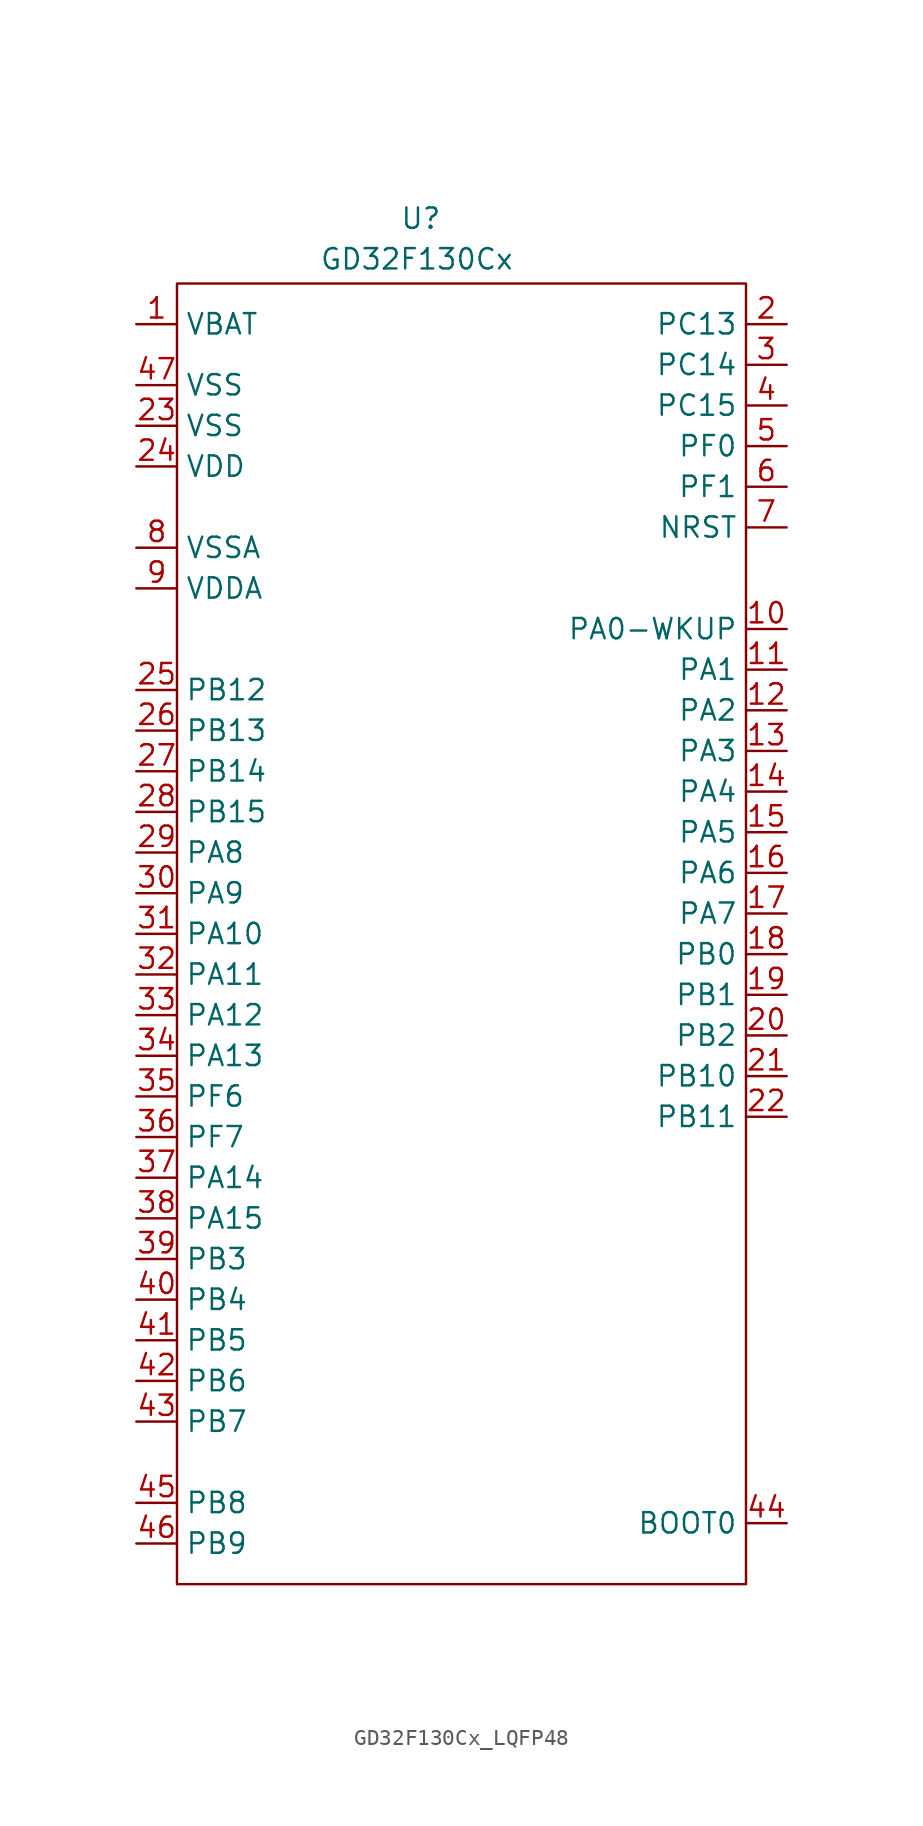
<source format=kicad_sym>
(kicad_symbol_lib
  (version 20231120)
  (generator "kicad_symbol_editor")
  (generator_version "8.0")
  (symbol "GD32F130Cx_LQFP48"
    (property "Reference" "U"
      (at 0 4.064 0)
      (effects (font (size 1.27 1.27))))
    (property "Value" "GD32F130Cx"
      (at -0.254 1.524 0)
      (effects (font (size 1.27 1.27))))
    (symbol "GD32F130Cx_LQFP48_0_0"
      (pin power_in line (at -17.78 -2.54 0) (length 2.54) (name "VBAT" (effects (font (size 1.27 1.27)))) (number "1" (effects (font (size 1.27 1.27)))))
      (pin bidirectional line (at 22.86 -21.59 180) (length 2.54) (name "PA0-WKUP" (effects (font (size 1.27 1.27)))) (number "10" (effects (font (size 1.27 1.27)))) (alternate "ADC_IN0" unspecified line) (alternate "I2C1_SCL(5)" bidirectional line) (alternate "RTC_TAMP1" unspecified line) (alternate "TIMER1_CH0" bidirectional line) (alternate "TIMER1_ETI" bidirectional line) (alternate "USART0_CTS(3)" bidirectional line) (alternate "USART1_CTS(4)" bidirectional line) (alternate "WKUP0" unspecified line))
      (pin bidirectional line (at 22.86 -24.13 180) (length 2.54) (name "PA1" (effects (font (size 1.27 1.27)))) (number "11" (effects (font (size 1.27 1.27)))) (alternate "ADC_IN1" unspecified line) (alternate "EVENTOUT" bidirectional line) (alternate "I2C1_SDA(5)" bidirectional line) (alternate "TIMER1_CH1" bidirectional line) (alternate "USART0_RTS(3)/USART0_DE(3)" bidirectional line) (alternate "USART1_RTS(4)/USART1_DE(4)" bidirectional line))
      (pin bidirectional line (at 22.86 -26.67 180) (length 2.54) (name "PA2" (effects (font (size 1.27 1.27)))) (number "12" (effects (font (size 1.27 1.27)))) (alternate "ADC_IN2" unspecified line) (alternate "TIMER14_CH0" bidirectional line) (alternate "TIMER1_CH2" bidirectional line) (alternate "USART0_TX(3)" bidirectional line) (alternate "USART1_TX(4)" bidirectional line))
      (pin bidirectional line (at 22.86 -29.21 180) (length 2.54) (name "PA3" (effects (font (size 1.27 1.27)))) (number "13" (effects (font (size 1.27 1.27)))) (alternate "ADC_IN3" unspecified line) (alternate "TIMER14_CH1" bidirectional line) (alternate "TIMER1_CH3" bidirectional line) (alternate "USART0_RX(3)" bidirectional line) (alternate "USART1_RX(4)" bidirectional line))
      (pin bidirectional line (at 22.86 -31.75 180) (length 2.54) (name "PA4" (effects (font (size 1.27 1.27)))) (number "14" (effects (font (size 1.27 1.27)))) (alternate "ADC_IN4" unspecified line) (alternate "SPI0_NSS" bidirectional line) (alternate "SPI1_NSS(5)" bidirectional line) (alternate "TIMER13_CH0" bidirectional line) (alternate "USART0_CK(3)" bidirectional line) (alternate "USART1_CK(4)" bidirectional line))
      (pin bidirectional line (at 22.86 -34.29 180) (length 2.54) (name "PA5" (effects (font (size 1.27 1.27)))) (number "15" (effects (font (size 1.27 1.27)))) (alternate "ADC_IN5" unspecified line) (alternate "SPI0_SCK" bidirectional line) (alternate "TIMER1_CH0" bidirectional line) (alternate "TIMER1_ETI" bidirectional line))
      (pin bidirectional line (at 22.86 -36.83 180) (length 2.54) (name "PA6" (effects (font (size 1.27 1.27)))) (number "16" (effects (font (size 1.27 1.27)))) (alternate "ADC_IN6" unspecified line) (alternate "EVENTOUT" bidirectional line) (alternate "SPI0_MISO" bidirectional line) (alternate "TIMER0_BRKIN" bidirectional line) (alternate "TIMER15_CH0" bidirectional line) (alternate "TIMER2_CH0" bidirectional line))
      (pin bidirectional line (at 22.86 -39.37 180) (length 2.54) (name "PA7" (effects (font (size 1.27 1.27)))) (number "17" (effects (font (size 1.27 1.27)))) (alternate "ADC_IN7" unspecified line) (alternate "EVENTOUT" bidirectional line) (alternate "SPI0_MOSI" bidirectional line) (alternate "TIMER0_CH0_ON" bidirectional line) (alternate "TIMER13_CH0" bidirectional line) (alternate "TIMER16_CH0" bidirectional line) (alternate "TIMER2_CH1" bidirectional line))
      (pin bidirectional line (at 22.86 -41.91 180) (length 2.54) (name "PB0" (effects (font (size 1.27 1.27)))) (number "18" (effects (font (size 1.27 1.27)))) (alternate "ADC_IN8" unspecified line) (alternate "EVENTOUT" bidirectional line) (alternate "TIMER0_CH1_ON" bidirectional line) (alternate "TIMER2_CH2" bidirectional line) (alternate "USART1_RX(4)" bidirectional line))
      (pin bidirectional line (at 22.86 -44.45 180) (length 2.54) (name "PB1" (effects (font (size 1.27 1.27)))) (number "19" (effects (font (size 1.27 1.27)))) (alternate "ADC_IN9" unspecified line) (alternate "SPI1_SCK(5)" bidirectional line) (alternate "TIMER0_CH2_ON" bidirectional line) (alternate "TIMER13_CH0" bidirectional line) (alternate "TIMER2_CH3" bidirectional line))
      (pin bidirectional line (at 22.86 -46.99 180) (length 2.54) (name "PB2" (effects (font (size 1.27 1.27)))) (number "20" (effects (font (size 1.27 1.27)))))
      (pin bidirectional line (at 22.86 -49.53 180) (length 2.54) (name "PB10" (effects (font (size 1.27 1.27)))) (number "21" (effects (font (size 1.27 1.27)))) (alternate "I2C1_SCL(5)" bidirectional line) (alternate "TIMER1_CH2" bidirectional line))
      (pin bidirectional line (at 22.86 -52.07 180) (length 2.54) (name "PB11" (effects (font (size 1.27 1.27)))) (number "22" (effects (font (size 1.27 1.27)))) (alternate "EVENTOUT" bidirectional line) (alternate "I2C1_SDA(5)" bidirectional line) (alternate "TIMER1_CH3" bidirectional line))
      (pin power_in line (at -17.78 -8.89 0) (length 2.54) (name "VSS" (effects (font (size 1.27 1.27)))) (number "23" (effects (font (size 1.27 1.27)))))
      (pin power_in line (at -17.78 -11.43 0) (length 2.54) (name "VDD" (effects (font (size 1.27 1.27)))) (number "24" (effects (font (size 1.27 1.27)))))
      (pin bidirectional line (at -17.78 -25.4 0) (length 2.54) (name "PB12" (effects (font (size 1.27 1.27)))) (number "25" (effects (font (size 1.27 1.27)))) (alternate "EVENTOUT" bidirectional line) (alternate "I2C1_SMBA(5)" bidirectional line) (alternate "SPI0_NSS(3)" bidirectional line) (alternate "SPI1_NSS(5)" bidirectional line) (alternate "TIMER0_BRKIN" bidirectional line))
      (pin bidirectional line (at -17.78 -27.94 0) (length 2.54) (name "PB13" (effects (font (size 1.27 1.27)))) (number "26" (effects (font (size 1.27 1.27)))) (alternate "SPI0_SCK(3)" bidirectional line) (alternate "SPI1_SCK(5)" bidirectional line) (alternate "TIMER0_CH0_ON" bidirectional line))
      (pin bidirectional line (at -17.78 -30.48 0) (length 2.54) (name "PB14" (effects (font (size 1.27 1.27)))) (number "27" (effects (font (size 1.27 1.27)))) (alternate "SPI0_MISO(3)" bidirectional line) (alternate "SPI1_MISO(5)" bidirectional line) (alternate "TIMER0_CH1_ON" bidirectional line) (alternate "TIMER14_CH0" bidirectional line))
      (pin bidirectional line (at -17.78 -33.02 0) (length 2.54) (name "PB15" (effects (font (size 1.27 1.27)))) (number "28" (effects (font (size 1.27 1.27)))) (alternate "RTC_REFIN" unspecified line) (alternate "SPI0_MOSI(3)" bidirectional line) (alternate "SPI1_MOSI(5)" bidirectional line) (alternate "TIMER0_CH2_ON" bidirectional line) (alternate "TIMER14_CH0_ON" bidirectional line) (alternate "TIMER14_CH1" bidirectional line))
      (pin bidirectional line (at -17.78 -35.56 0) (length 2.54) (name "PA8" (effects (font (size 1.27 1.27)))) (number "29" (effects (font (size 1.27 1.27)))) (alternate "CK_OUT" bidirectional line) (alternate "EVENTOUT" bidirectional line) (alternate "TIMER0_CH0" bidirectional line) (alternate "USART0_CK" bidirectional line) (alternate "USART1_TX(4)" bidirectional line))
      (pin bidirectional line (at -17.78 -38.1 0) (length 2.54) (name "PA9" (effects (font (size 1.27 1.27)))) (number "30" (effects (font (size 1.27 1.27)))) (alternate "I2C0_SCL" bidirectional line) (alternate "TIMER0_CH1" bidirectional line) (alternate "TIMER14_BRKIN" bidirectional line) (alternate "USART0_TX" bidirectional line))
      (pin bidirectional line (at -17.78 -40.64 0) (length 2.54) (name "PA10" (effects (font (size 1.27 1.27)))) (number "31" (effects (font (size 1.27 1.27)))) (alternate "I2C0_SDA" bidirectional line) (alternate "TIMER0_CH2" bidirectional line) (alternate "TIMER16_BRKIN" bidirectional line) (alternate "USART0_RX" bidirectional line))
      (pin bidirectional line (at -17.78 -43.18 0) (length 2.54) (name "PA11" (effects (font (size 1.27 1.27)))) (number "32" (effects (font (size 1.27 1.27)))) (alternate "EVENTOUT" bidirectional line) (alternate "TIMER0_CH3" bidirectional line) (alternate "USART0_CTS" bidirectional line))
      (pin bidirectional line (at -17.78 -45.72 0) (length 2.54) (name "PA12" (effects (font (size 1.27 1.27)))) (number "33" (effects (font (size 1.27 1.27)))) (alternate "EVENTOUT" bidirectional line) (alternate "TIMER0_ETI" bidirectional line) (alternate "USART0_RTS/USART0_DE" bidirectional line))
      (pin bidirectional line (at -17.78 -48.26 0) (length 2.54) (name "PA13" (effects (font (size 1.27 1.27)))) (number "34" (effects (font (size 1.27 1.27)))) (alternate "IFRP_OUT" bidirectional line) (alternate "SPI1_MISO(5)" bidirectional line) (alternate "SWDIO" bidirectional line))
      (pin bidirectional line (at -17.78 -50.8 0) (length 2.54) (name "PF6" (effects (font (size 1.27 1.27)))) (number "35" (effects (font (size 1.27 1.27)))) (alternate "I2C0_SCL(6)" bidirectional line) (alternate "I2C1_SCL(5)" bidirectional line))
      (pin bidirectional line (at -17.78 -53.34 0) (length 2.54) (name "PF7" (effects (font (size 1.27 1.27)))) (number "36" (effects (font (size 1.27 1.27)))) (alternate "I2C0_SCL(6)" bidirectional line) (alternate "I2C1_SDA(5)" bidirectional line))
      (pin bidirectional line (at -17.78 -55.88 0) (length 2.54) (name "PA14" (effects (font (size 1.27 1.27)))) (number "37" (effects (font (size 1.27 1.27)))) (alternate "SPI1_MOSI(5)" bidirectional line) (alternate "SWCLK" bidirectional line) (alternate "USART0_TX(3)" bidirectional line) (alternate "USART1_TX(4)" bidirectional line))
      (pin bidirectional line (at -17.78 -58.42 0) (length 2.54) (name "PA15" (effects (font (size 1.27 1.27)))) (number "38" (effects (font (size 1.27 1.27)))) (alternate "EVENTOUT" bidirectional line) (alternate "SPI0_NSS" bidirectional line) (alternate "SPI1_NSS(5)" bidirectional line) (alternate "TIMER1_CH0" bidirectional line) (alternate "TIMER1_ETI" bidirectional line) (alternate "USART0_RX(3)" bidirectional line) (alternate "USART1_RX(4)" bidirectional line))
      (pin bidirectional line (at -17.78 -60.96 0) (length 2.54) (name "PB3" (effects (font (size 1.27 1.27)))) (number "39" (effects (font (size 1.27 1.27)))) (alternate "EVENTOUT" bidirectional line) (alternate "SPI0_SCK" bidirectional line) (alternate "TIMER1_CH1" bidirectional line))
      (pin bidirectional line (at -17.78 -63.5 0) (length 2.54) (name "PB4" (effects (font (size 1.27 1.27)))) (number "40" (effects (font (size 1.27 1.27)))) (alternate "EVENTOUT" bidirectional line) (alternate "SPI0_MISO" bidirectional line) (alternate "TIMER2_CH0" bidirectional line))
      (pin bidirectional line (at -17.78 -66.04 0) (length 2.54) (name "PB5" (effects (font (size 1.27 1.27)))) (number "41" (effects (font (size 1.27 1.27)))) (alternate "I2C0_SMBA" bidirectional line) (alternate "SPI0_MOSI" bidirectional line) (alternate "TIMER15_BRKIN" bidirectional line) (alternate "TIMER2_CH1" bidirectional line))
      (pin bidirectional line (at -17.78 -68.58 0) (length 2.54) (name "PB6" (effects (font (size 1.27 1.27)))) (number "42" (effects (font (size 1.27 1.27)))) (alternate "I2C0_SCL" bidirectional line) (alternate "TIMER15_CH0_ON" bidirectional line) (alternate "USART0_TX" bidirectional line))
      (pin bidirectional line (at -17.78 -71.12 0) (length 2.54) (name "PB7" (effects (font (size 1.27 1.27)))) (number "43" (effects (font (size 1.27 1.27)))) (alternate "I2C0_SDA" bidirectional line) (alternate "TIMER16_CH0_ON" bidirectional line) (alternate "USART0_RX" bidirectional line))
      (pin input line (at 22.86 -77.47 180) (length 2.54) (name "BOOT0" (effects (font (size 1.27 1.27)))) (number "44" (effects (font (size 1.27 1.27)))))
      (pin bidirectional line (at -17.78 -76.2 0) (length 2.54) (name "PB8" (effects (font (size 1.27 1.27)))) (number "45" (effects (font (size 1.27 1.27)))) (alternate "I2C0_SCL" bidirectional line) (alternate "TIMER15_CH0" bidirectional line))
      (pin bidirectional line (at -17.78 -78.74 0) (length 2.54) (name "PB9" (effects (font (size 1.27 1.27)))) (number "46" (effects (font (size 1.27 1.27)))) (alternate "EVENTOUT" bidirectional line) (alternate "I2C0_SDA" bidirectional line) (alternate "IFRP_OUT" bidirectional line) (alternate "TIMER16_CH0" bidirectional line))
      (pin power_in line (at -17.78 -6.35 0) (length 2.54) (name "VSS" (effects (font (size 1.27 1.27)))) (number "47" (effects (font (size 1.27 1.27)))))
      (pin bidirectional line (at 22.86 -10.16 180) (length 2.54) (name "PF0" (effects (font (size 1.27 1.27)))) (number "5" (effects (font (size 1.27 1.27)))) (alternate "OSCIN" unspecified line))
      (pin bidirectional line (at 22.86 -12.7 180) (length 2.54) (name "PF1" (effects (font (size 1.27 1.27)))) (number "6" (effects (font (size 1.27 1.27)))) (alternate "OSCOUT" unspecified line))
      (pin bidirectional line (at 22.86 -15.24 180) (length 2.54) (name "NRST" (effects (font (size 1.27 1.27)))) (number "7" (effects (font (size 1.27 1.27)))))
      (pin power_in line (at -17.78 -16.51 0) (length 2.54) (name "VSSA" (effects (font (size 1.27 1.27)))) (number "8" (effects (font (size 1.27 1.27)))))
      (pin power_in line (at -17.78 -19.05 0) (length 2.54) (name "VDDA" (effects (font (size 1.27 1.27)))) (number "9" (effects (font (size 1.27 1.27))))))
    (symbol "GD32F130Cx_LQFP48_0_1"
      (rectangle (start -15.24 0) (end 20.32 -81.28) (stroke (width 0) (type default)) (fill (type none))))
    (symbol "GD32F130Cx_LQFP48_1_0"
      (pin bidirectional line (at 22.86 -2.54 180) (length 2.54) (name "PC13" (effects (font (size 1.27 1.27)))) (number "2" (effects (font (size 1.27 1.27)))) (alternate "RTC_OUT" unspecified line) (alternate "RTC_TAMP0" unspecified line) (alternate "RTC_TS" unspecified line) (alternate "WKUP1" unspecified line))
      (pin bidirectional line (at 22.86 -5.08 180) (length 2.54) (name "PC14" (effects (font (size 1.27 1.27)))) (number "3" (effects (font (size 1.27 1.27)))) (alternate "OSC32IN" unspecified line))
      (pin bidirectional line (at 22.86 -7.62 180) (length 2.54) (name "PC15" (effects (font (size 1.27 1.27)))) (number "4" (effects (font (size 1.27 1.27)))) (alternate "OSC32OUT" unspecified line)))))
</source>
